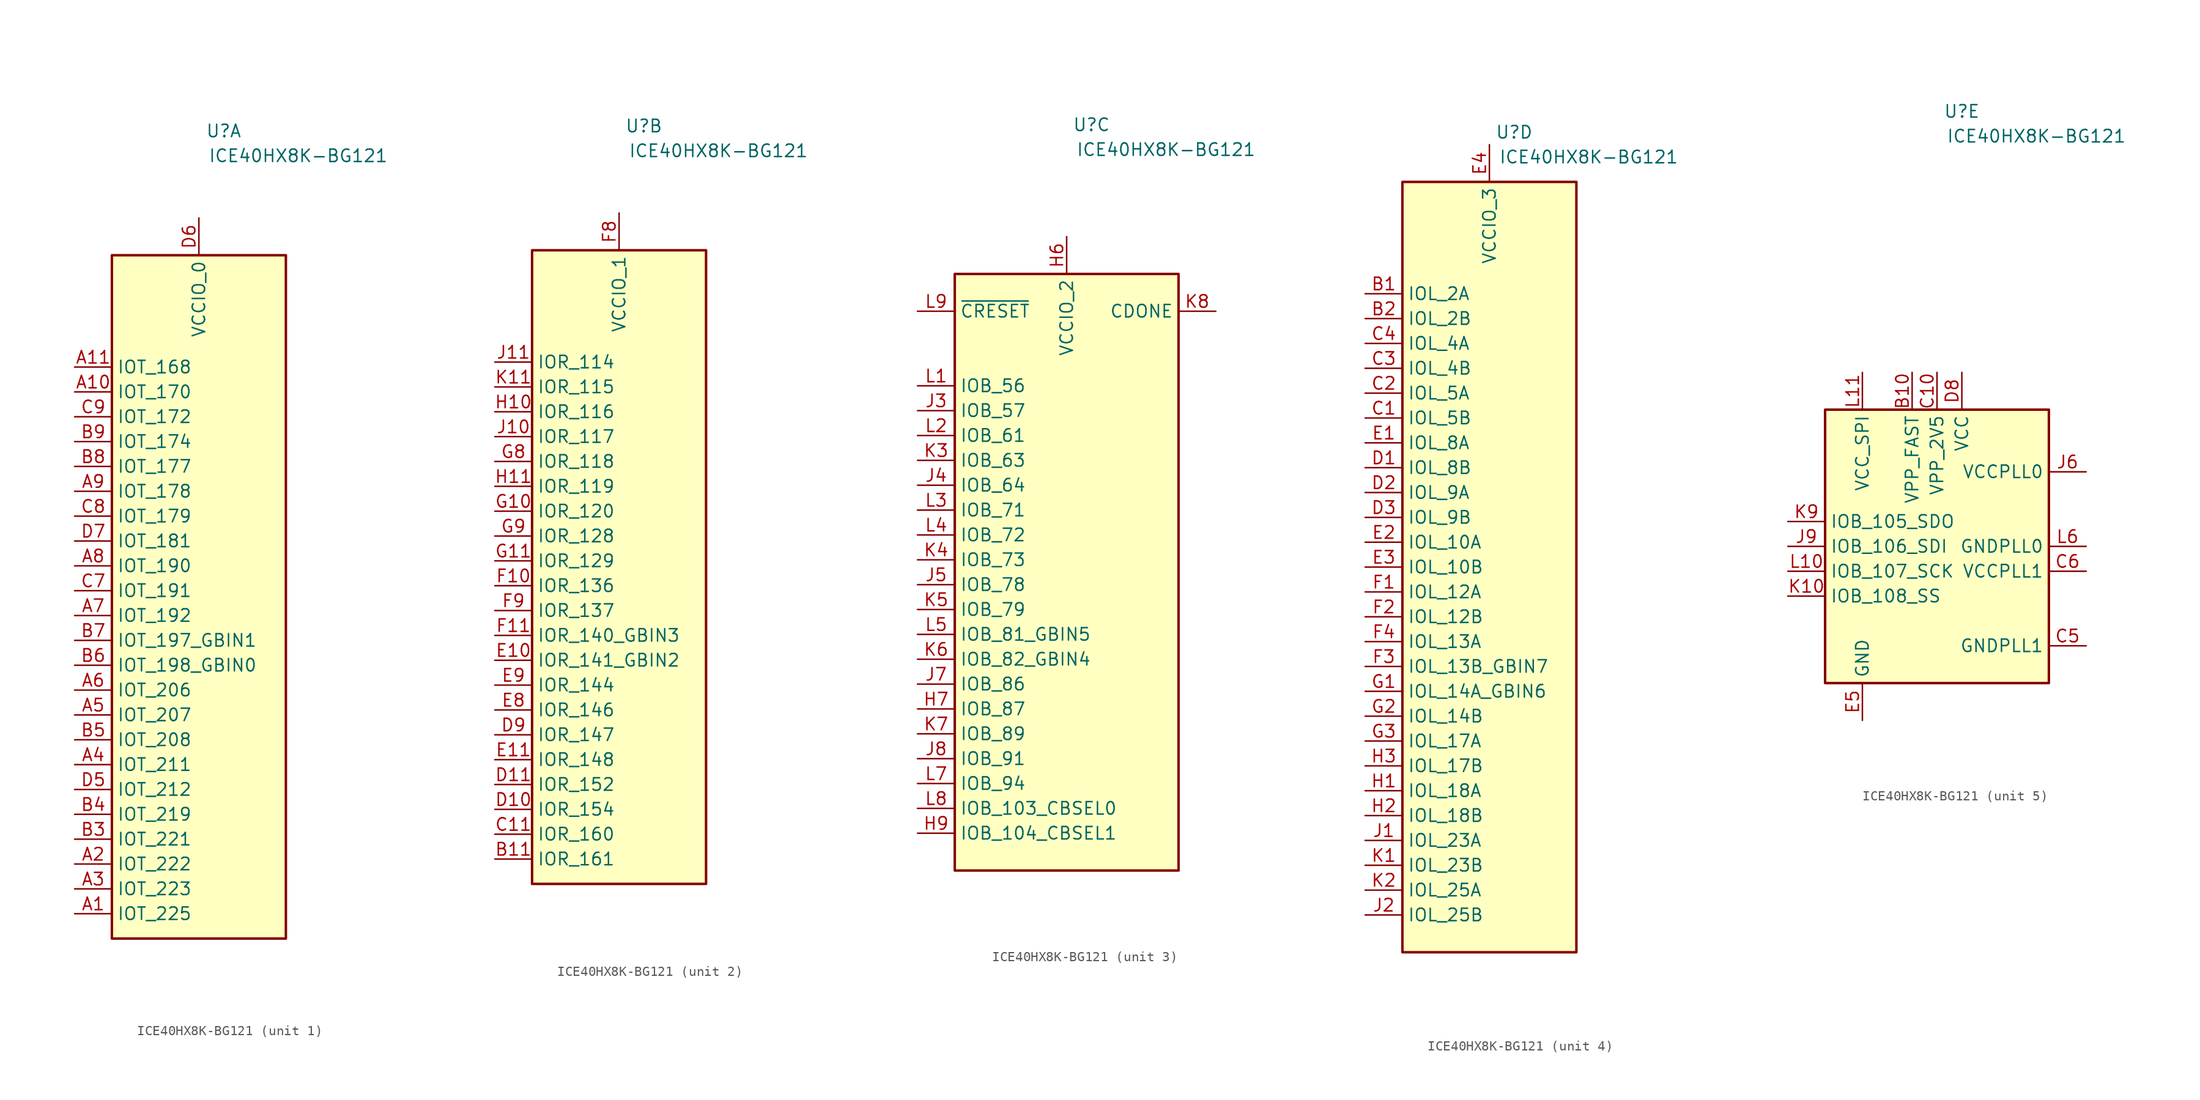
<source format=kicad_sym>
(kicad_symbol_lib
  (version 20201005)
  (generator kicad_symbol_editor)
  (symbol "FPGA_Lattice:ICE40HX8K-BG121"
    (property "Reference" "U"
      (at 2.54 44.45 0)
      (effects (font (size 1.27 1.27))))
    (property "Value" "ICE40HX8K-BG121"
      (at 10.16 41.91 0)
      (effects (font (size 1.27 1.27))))
    (property "ki_locked" ""
      (at 0 0 0)
      (effects (font (size 1.27 1.27))))
    (symbol "ICE40HX8K-BG121_1_1"
      (rectangle (start -8.89 31.75) (end 8.89 -38.1) (stroke (width 0.254)) (fill (type background)))
      (pin bidirectional line (at -12.7 -35.56 0) (length 3.81) (name "IOT_225" (effects (font (size 1.27 1.27)))) (number "A1" (effects (font (size 1.27 1.27)))))
      (pin bidirectional line (at -12.7 17.78 0) (length 3.81) (name "IOT_170" (effects (font (size 1.27 1.27)))) (number "A10" (effects (font (size 1.27 1.27)))))
      (pin bidirectional line (at -12.7 20.32 0) (length 3.81) (name "IOT_168" (effects (font (size 1.27 1.27)))) (number "A11" (effects (font (size 1.27 1.27)))))
      (pin bidirectional line (at -12.7 -30.48 0) (length 3.81) (name "IOT_222" (effects (font (size 1.27 1.27)))) (number "A2" (effects (font (size 1.27 1.27)))))
      (pin bidirectional line (at -12.7 -33.02 0) (length 3.81) (name "IOT_223" (effects (font (size 1.27 1.27)))) (number "A3" (effects (font (size 1.27 1.27)))))
      (pin bidirectional line (at -12.7 -20.32 0) (length 3.81) (name "IOT_211" (effects (font (size 1.27 1.27)))) (number "A4" (effects (font (size 1.27 1.27)))))
      (pin bidirectional line (at -12.7 -15.24 0) (length 3.81) (name "IOT_207" (effects (font (size 1.27 1.27)))) (number "A5" (effects (font (size 1.27 1.27)))))
      (pin bidirectional line (at -12.7 -12.7 0) (length 3.81) (name "IOT_206" (effects (font (size 1.27 1.27)))) (number "A6" (effects (font (size 1.27 1.27)))))
      (pin bidirectional line (at -12.7 -5.08 0) (length 3.81) (name "IOT_192" (effects (font (size 1.27 1.27)))) (number "A7" (effects (font (size 1.27 1.27)))))
      (pin bidirectional line (at -12.7 0 0) (length 3.81) (name "IOT_190" (effects (font (size 1.27 1.27)))) (number "A8" (effects (font (size 1.27 1.27)))))
      (pin bidirectional line (at -12.7 7.62 0) (length 3.81) (name "IOT_178" (effects (font (size 1.27 1.27)))) (number "A9" (effects (font (size 1.27 1.27)))))
      (pin bidirectional line (at -12.7 -27.94 0) (length 3.81) (name "IOT_221" (effects (font (size 1.27 1.27)))) (number "B3" (effects (font (size 1.27 1.27)))))
      (pin bidirectional line (at -12.7 -25.4 0) (length 3.81) (name "IOT_219" (effects (font (size 1.27 1.27)))) (number "B4" (effects (font (size 1.27 1.27)))))
      (pin bidirectional line (at -12.7 -17.78 0) (length 3.81) (name "IOT_208" (effects (font (size 1.27 1.27)))) (number "B5" (effects (font (size 1.27 1.27)))))
      (pin bidirectional line (at -12.7 -10.16 0) (length 3.81) (name "IOT_198_GBIN0" (effects (font (size 1.27 1.27)))) (number "B6" (effects (font (size 1.27 1.27)))))
      (pin bidirectional line (at -12.7 -7.62 0) (length 3.81) (name "IOT_197_GBIN1" (effects (font (size 1.27 1.27)))) (number "B7" (effects (font (size 1.27 1.27)))))
      (pin bidirectional line (at -12.7 10.16 0) (length 3.81) (name "IOT_177" (effects (font (size 1.27 1.27)))) (number "B8" (effects (font (size 1.27 1.27)))))
      (pin bidirectional line (at -12.7 12.7 0) (length 3.81) (name "IOT_174" (effects (font (size 1.27 1.27)))) (number "B9" (effects (font (size 1.27 1.27)))))
      (pin bidirectional line (at -12.7 -2.54 0) (length 3.81) (name "IOT_191" (effects (font (size 1.27 1.27)))) (number "C7" (effects (font (size 1.27 1.27)))))
      (pin bidirectional line (at -12.7 5.08 0) (length 3.81) (name "IOT_179" (effects (font (size 1.27 1.27)))) (number "C8" (effects (font (size 1.27 1.27)))))
      (pin bidirectional line (at -12.7 15.24 0) (length 3.81) (name "IOT_172" (effects (font (size 1.27 1.27)))) (number "C9" (effects (font (size 1.27 1.27)))))
      (pin bidirectional line (at -12.7 -22.86 0) (length 3.81) (name "IOT_212" (effects (font (size 1.27 1.27)))) (number "D5" (effects (font (size 1.27 1.27)))))
      (pin power_in line (at 0 35.56 270) (length 3.81) (name "VCCIO_0" (effects (font (size 1.27 1.27)))) (number "D6" (effects (font (size 1.27 1.27)))))
      (pin bidirectional line (at -12.7 2.54 0) (length 3.81) (name "IOT_181" (effects (font (size 1.27 1.27)))) (number "D7" (effects (font (size 1.27 1.27))))))
    (symbol "ICE40HX8K-BG121_2_1"
      (rectangle (start -8.89 31.75) (end 8.89 -33.02) (stroke (width 0.254)) (fill (type background)))
      (pin bidirectional line (at -12.7 -30.48 0) (length 3.81) (name "IOR_161" (effects (font (size 1.27 1.27)))) (number "B11" (effects (font (size 1.27 1.27)))))
      (pin bidirectional line (at -12.7 -27.94 0) (length 3.81) (name "IOR_160" (effects (font (size 1.27 1.27)))) (number "C11" (effects (font (size 1.27 1.27)))))
      (pin bidirectional line (at -12.7 -25.4 0) (length 3.81) (name "IOR_154" (effects (font (size 1.27 1.27)))) (number "D10" (effects (font (size 1.27 1.27)))))
      (pin bidirectional line (at -12.7 -22.86 0) (length 3.81) (name "IOR_152" (effects (font (size 1.27 1.27)))) (number "D11" (effects (font (size 1.27 1.27)))))
      (pin bidirectional line (at -12.7 -17.78 0) (length 3.81) (name "IOR_147" (effects (font (size 1.27 1.27)))) (number "D9" (effects (font (size 1.27 1.27)))))
      (pin bidirectional line (at -12.7 -10.16 0) (length 3.81) (name "IOR_141_GBIN2" (effects (font (size 1.27 1.27)))) (number "E10" (effects (font (size 1.27 1.27)))))
      (pin bidirectional line (at -12.7 -20.32 0) (length 3.81) (name "IOR_148" (effects (font (size 1.27 1.27)))) (number "E11" (effects (font (size 1.27 1.27)))))
      (pin bidirectional line (at -12.7 -15.24 0) (length 3.81) (name "IOR_146" (effects (font (size 1.27 1.27)))) (number "E8" (effects (font (size 1.27 1.27)))))
      (pin bidirectional line (at -12.7 -12.7 0) (length 3.81) (name "IOR_144" (effects (font (size 1.27 1.27)))) (number "E9" (effects (font (size 1.27 1.27)))))
      (pin bidirectional line (at -12.7 -2.54 0) (length 3.81) (name "IOR_136" (effects (font (size 1.27 1.27)))) (number "F10" (effects (font (size 1.27 1.27)))))
      (pin bidirectional line (at -12.7 -7.62 0) (length 3.81) (name "IOR_140_GBIN3" (effects (font (size 1.27 1.27)))) (number "F11" (effects (font (size 1.27 1.27)))))
      (pin power_in line (at 0 35.56 270) (length 3.81) (name "VCCIO_1" (effects (font (size 1.27 1.27)))) (number "F8" (effects (font (size 1.27 1.27)))))
      (pin bidirectional line (at -12.7 -5.08 0) (length 3.81) (name "IOR_137" (effects (font (size 1.27 1.27)))) (number "F9" (effects (font (size 1.27 1.27)))))
      (pin bidirectional line (at -12.7 5.08 0) (length 3.81) (name "IOR_120" (effects (font (size 1.27 1.27)))) (number "G10" (effects (font (size 1.27 1.27)))))
      (pin bidirectional line (at -12.7 0 0) (length 3.81) (name "IOR_129" (effects (font (size 1.27 1.27)))) (number "G11" (effects (font (size 1.27 1.27)))))
      (pin bidirectional line (at -12.7 10.16 0) (length 3.81) (name "IOR_118" (effects (font (size 1.27 1.27)))) (number "G8" (effects (font (size 1.27 1.27)))))
      (pin bidirectional line (at -12.7 2.54 0) (length 3.81) (name "IOR_128" (effects (font (size 1.27 1.27)))) (number "G9" (effects (font (size 1.27 1.27)))))
      (pin bidirectional line (at -12.7 15.24 0) (length 3.81) (name "IOR_116" (effects (font (size 1.27 1.27)))) (number "H10" (effects (font (size 1.27 1.27)))))
      (pin bidirectional line (at -12.7 7.62 0) (length 3.81) (name "IOR_119" (effects (font (size 1.27 1.27)))) (number "H11" (effects (font (size 1.27 1.27)))))
      (pin bidirectional line (at -12.7 12.7 0) (length 3.81) (name "IOR_117" (effects (font (size 1.27 1.27)))) (number "J10" (effects (font (size 1.27 1.27)))))
      (pin bidirectional line (at -12.7 20.32 0) (length 3.81) (name "IOR_114" (effects (font (size 1.27 1.27)))) (number "J11" (effects (font (size 1.27 1.27)))))
      (pin bidirectional line (at -12.7 17.78 0) (length 3.81) (name "IOR_115" (effects (font (size 1.27 1.27)))) (number "K11" (effects (font (size 1.27 1.27))))))
    (symbol "ICE40HX8K-BG121_3_1"
      (rectangle (start -11.43 29.21) (end 11.43 -31.75) (stroke (width 0.254)) (fill (type background)))
      (pin power_in line (at 0 33.02 270) (length 3.81) (name "VCCIO_2" (effects (font (size 1.27 1.27)))) (number "H6" (effects (font (size 1.27 1.27)))))
      (pin bidirectional line (at -15.24 -15.24 0) (length 3.81) (name "IOB_87" (effects (font (size 1.27 1.27)))) (number "H7" (effects (font (size 1.27 1.27)))))
      (pin bidirectional line (at -15.24 -27.94 0) (length 3.81) (name "IOB_104_CBSEL1" (effects (font (size 1.27 1.27)))) (number "H9" (effects (font (size 1.27 1.27)))))
      (pin bidirectional line (at -15.24 15.24 0) (length 3.81) (name "IOB_57" (effects (font (size 1.27 1.27)))) (number "J3" (effects (font (size 1.27 1.27)))))
      (pin bidirectional line (at -15.24 7.62 0) (length 3.81) (name "IOB_64" (effects (font (size 1.27 1.27)))) (number "J4" (effects (font (size 1.27 1.27)))))
      (pin bidirectional line (at -15.24 -2.54 0) (length 3.81) (name "IOB_78" (effects (font (size 1.27 1.27)))) (number "J5" (effects (font (size 1.27 1.27)))))
      (pin bidirectional line (at -15.24 -12.7 0) (length 3.81) (name "IOB_86" (effects (font (size 1.27 1.27)))) (number "J7" (effects (font (size 1.27 1.27)))))
      (pin bidirectional line (at -15.24 -20.32 0) (length 3.81) (name "IOB_91" (effects (font (size 1.27 1.27)))) (number "J8" (effects (font (size 1.27 1.27)))))
      (pin bidirectional line (at -15.24 10.16 0) (length 3.81) (name "IOB_63" (effects (font (size 1.27 1.27)))) (number "K3" (effects (font (size 1.27 1.27)))))
      (pin bidirectional line (at -15.24 0 0) (length 3.81) (name "IOB_73" (effects (font (size 1.27 1.27)))) (number "K4" (effects (font (size 1.27 1.27)))))
      (pin bidirectional line (at -15.24 -5.08 0) (length 3.81) (name "IOB_79" (effects (font (size 1.27 1.27)))) (number "K5" (effects (font (size 1.27 1.27)))))
      (pin bidirectional line (at -15.24 -10.16 0) (length 3.81) (name "IOB_82_GBIN4" (effects (font (size 1.27 1.27)))) (number "K6" (effects (font (size 1.27 1.27)))))
      (pin bidirectional line (at -15.24 -17.78 0) (length 3.81) (name "IOB_89" (effects (font (size 1.27 1.27)))) (number "K7" (effects (font (size 1.27 1.27)))))
      (pin open_collector line (at 15.24 25.4 180) (length 3.81) (name "CDONE" (effects (font (size 1.27 1.27)))) (number "K8" (effects (font (size 1.27 1.27)))))
      (pin bidirectional line (at -15.24 17.78 0) (length 3.81) (name "IOB_56" (effects (font (size 1.27 1.27)))) (number "L1" (effects (font (size 1.27 1.27)))))
      (pin bidirectional line (at -15.24 12.7 0) (length 3.81) (name "IOB_61" (effects (font (size 1.27 1.27)))) (number "L2" (effects (font (size 1.27 1.27)))))
      (pin bidirectional line (at -15.24 5.08 0) (length 3.81) (name "IOB_71" (effects (font (size 1.27 1.27)))) (number "L3" (effects (font (size 1.27 1.27)))))
      (pin bidirectional line (at -15.24 2.54 0) (length 3.81) (name "IOB_72" (effects (font (size 1.27 1.27)))) (number "L4" (effects (font (size 1.27 1.27)))))
      (pin bidirectional line (at -15.24 -7.62 0) (length 3.81) (name "IOB_81_GBIN5" (effects (font (size 1.27 1.27)))) (number "L5" (effects (font (size 1.27 1.27)))))
      (pin bidirectional line (at -15.24 -22.86 0) (length 3.81) (name "IOB_94" (effects (font (size 1.27 1.27)))) (number "L7" (effects (font (size 1.27 1.27)))))
      (pin bidirectional line (at -15.24 -25.4 0) (length 3.81) (name "IOB_103_CBSEL0" (effects (font (size 1.27 1.27)))) (number "L8" (effects (font (size 1.27 1.27)))))
      (pin input line (at -15.24 25.4 0) (length 3.81) (name "~CRESET" (effects (font (size 1.27 1.27)))) (number "L9" (effects (font (size 1.27 1.27))))))
    (symbol "ICE40HX8K-BG121_4_1"
      (rectangle (start -8.89 39.37) (end 8.89 -39.37) (stroke (width 0.254)) (fill (type background)))
      (pin bidirectional line (at -12.7 27.94 0) (length 3.81) (name "IOL_2A" (effects (font (size 1.27 1.27)))) (number "B1" (effects (font (size 1.27 1.27)))))
      (pin bidirectional line (at -12.7 25.4 0) (length 3.81) (name "IOL_2B" (effects (font (size 1.27 1.27)))) (number "B2" (effects (font (size 1.27 1.27)))))
      (pin bidirectional line (at -12.7 15.24 0) (length 3.81) (name "IOL_5B" (effects (font (size 1.27 1.27)))) (number "C1" (effects (font (size 1.27 1.27)))))
      (pin bidirectional line (at -12.7 17.78 0) (length 3.81) (name "IOL_5A" (effects (font (size 1.27 1.27)))) (number "C2" (effects (font (size 1.27 1.27)))))
      (pin bidirectional line (at -12.7 20.32 0) (length 3.81) (name "IOL_4B" (effects (font (size 1.27 1.27)))) (number "C3" (effects (font (size 1.27 1.27)))))
      (pin bidirectional line (at -12.7 22.86 0) (length 3.81) (name "IOL_4A" (effects (font (size 1.27 1.27)))) (number "C4" (effects (font (size 1.27 1.27)))))
      (pin bidirectional line (at -12.7 10.16 0) (length 3.81) (name "IOL_8B" (effects (font (size 1.27 1.27)))) (number "D1" (effects (font (size 1.27 1.27)))))
      (pin bidirectional line (at -12.7 7.62 0) (length 3.81) (name "IOL_9A" (effects (font (size 1.27 1.27)))) (number "D2" (effects (font (size 1.27 1.27)))))
      (pin bidirectional line (at -12.7 5.08 0) (length 3.81) (name "IOL_9B" (effects (font (size 1.27 1.27)))) (number "D3" (effects (font (size 1.27 1.27)))))
      (pin bidirectional line (at -12.7 12.7 0) (length 3.81) (name "IOL_8A" (effects (font (size 1.27 1.27)))) (number "E1" (effects (font (size 1.27 1.27)))))
      (pin bidirectional line (at -12.7 2.54 0) (length 3.81) (name "IOL_10A" (effects (font (size 1.27 1.27)))) (number "E2" (effects (font (size 1.27 1.27)))))
      (pin bidirectional line (at -12.7 0 0) (length 3.81) (name "IOL_10B" (effects (font (size 1.27 1.27)))) (number "E3" (effects (font (size 1.27 1.27)))))
      (pin power_in line (at 0 43.18 270) (length 3.81) (name "VCCIO_3" (effects (font (size 1.27 1.27)))) (number "E4" (effects (font (size 1.27 1.27)))))
      (pin bidirectional line (at -12.7 -2.54 0) (length 3.81) (name "IOL_12A" (effects (font (size 1.27 1.27)))) (number "F1" (effects (font (size 1.27 1.27)))))
      (pin bidirectional line (at -12.7 -5.08 0) (length 3.81) (name "IOL_12B" (effects (font (size 1.27 1.27)))) (number "F2" (effects (font (size 1.27 1.27)))))
      (pin bidirectional line (at -12.7 -10.16 0) (length 3.81) (name "IOL_13B_GBIN7" (effects (font (size 1.27 1.27)))) (number "F3" (effects (font (size 1.27 1.27)))))
      (pin bidirectional line (at -12.7 -7.62 0) (length 3.81) (name "IOL_13A" (effects (font (size 1.27 1.27)))) (number "F4" (effects (font (size 1.27 1.27)))))
      (pin bidirectional line (at -12.7 -12.7 0) (length 3.81) (name "IOL_14A_GBIN6" (effects (font (size 1.27 1.27)))) (number "G1" (effects (font (size 1.27 1.27)))))
      (pin bidirectional line (at -12.7 -15.24 0) (length 3.81) (name "IOL_14B" (effects (font (size 1.27 1.27)))) (number "G2" (effects (font (size 1.27 1.27)))))
      (pin bidirectional line (at -12.7 -17.78 0) (length 3.81) (name "IOL_17A" (effects (font (size 1.27 1.27)))) (number "G3" (effects (font (size 1.27 1.27)))))
      (pin passive line (at 0 43.18 270) (length 3.81) hide (name "VCCIO_3" (effects (font (size 1.27 1.27)))) (number "G4" (effects (font (size 1.27 1.27)))))
      (pin bidirectional line (at -12.7 -22.86 0) (length 3.81) (name "IOL_18A" (effects (font (size 1.27 1.27)))) (number "H1" (effects (font (size 1.27 1.27)))))
      (pin bidirectional line (at -12.7 -25.4 0) (length 3.81) (name "IOL_18B" (effects (font (size 1.27 1.27)))) (number "H2" (effects (font (size 1.27 1.27)))))
      (pin bidirectional line (at -12.7 -20.32 0) (length 3.81) (name "IOL_17B" (effects (font (size 1.27 1.27)))) (number "H3" (effects (font (size 1.27 1.27)))))
      (pin bidirectional line (at -12.7 -27.94 0) (length 3.81) (name "IOL_23A" (effects (font (size 1.27 1.27)))) (number "J1" (effects (font (size 1.27 1.27)))))
      (pin bidirectional line (at -12.7 -35.56 0) (length 3.81) (name "IOL_25B" (effects (font (size 1.27 1.27)))) (number "J2" (effects (font (size 1.27 1.27)))))
      (pin bidirectional line (at -12.7 -30.48 0) (length 3.81) (name "IOL_23B" (effects (font (size 1.27 1.27)))) (number "K1" (effects (font (size 1.27 1.27)))))
      (pin bidirectional line (at -12.7 -33.02 0) (length 3.81) (name "IOL_25A" (effects (font (size 1.27 1.27)))) (number "K2" (effects (font (size 1.27 1.27))))))
    (symbol "ICE40HX8K-BG121_5_1"
      (rectangle (start -11.43 13.97) (end 11.43 -13.97) (stroke (width 0.254)) (fill (type background)))
      (pin power_in line (at -2.54 17.78 270) (length 3.81) (name "VPP_FAST" (effects (font (size 1.27 1.27)))) (number "B10" (effects (font (size 1.27 1.27)))))
      (pin power_in line (at 0 17.78 270) (length 3.81) (name "VPP_2V5" (effects (font (size 1.27 1.27)))) (number "C10" (effects (font (size 1.27 1.27)))))
      (pin power_in line (at 15.24 -10.16 180) (length 3.81) (name "GNDPLL1" (effects (font (size 1.27 1.27)))) (number "C5" (effects (font (size 1.27 1.27)))))
      (pin power_in line (at 15.24 -2.54 180) (length 3.81) (name "VCCPLL1" (effects (font (size 1.27 1.27)))) (number "C6" (effects (font (size 1.27 1.27)))))
      (pin passive line (at 2.54 17.78 270) (length 3.81) hide (name "VCC" (effects (font (size 1.27 1.27)))) (number "D4" (effects (font (size 1.27 1.27)))))
      (pin power_in line (at 2.54 17.78 270) (length 3.81) (name "VCC" (effects (font (size 1.27 1.27)))) (number "D8" (effects (font (size 1.27 1.27)))))
      (pin power_in line (at -7.62 -17.78 90) (length 3.81) (name "GND" (effects (font (size 1.27 1.27)))) (number "E5" (effects (font (size 1.27 1.27)))))
      (pin passive line (at -7.62 -17.78 90) (length 3.81) hide (name "GND" (effects (font (size 1.27 1.27)))) (number "E6" (effects (font (size 1.27 1.27)))))
      (pin passive line (at -7.62 -17.78 90) (length 3.81) hide (name "GND" (effects (font (size 1.27 1.27)))) (number "E7" (effects (font (size 1.27 1.27)))))
      (pin passive line (at -7.62 -17.78 90) (length 3.81) hide (name "GND" (effects (font (size 1.27 1.27)))) (number "F5" (effects (font (size 1.27 1.27)))))
      (pin passive line (at -7.62 -17.78 90) (length 3.81) hide (name "GND" (effects (font (size 1.27 1.27)))) (number "F6" (effects (font (size 1.27 1.27)))))
      (pin passive line (at -7.62 -17.78 90) (length 3.81) hide (name "GND" (effects (font (size 1.27 1.27)))) (number "F7" (effects (font (size 1.27 1.27)))))
      (pin passive line (at -7.62 -17.78 90) (length 3.81) hide (name "GND" (effects (font (size 1.27 1.27)))) (number "G5" (effects (font (size 1.27 1.27)))))
      (pin passive line (at -7.62 -17.78 90) (length 3.81) hide (name "GND" (effects (font (size 1.27 1.27)))) (number "G6" (effects (font (size 1.27 1.27)))))
      (pin passive line (at -7.62 -17.78 90) (length 3.81) hide (name "GND" (effects (font (size 1.27 1.27)))) (number "G7" (effects (font (size 1.27 1.27)))))
      (pin passive line (at 2.54 17.78 270) (length 3.81) hide (name "VCC" (effects (font (size 1.27 1.27)))) (number "H4" (effects (font (size 1.27 1.27)))))
      (pin passive line (at -7.62 -17.78 90) (length 3.81) hide (name "GND" (effects (font (size 1.27 1.27)))) (number "H5" (effects (font (size 1.27 1.27)))))
      (pin passive line (at 2.54 17.78 270) (length 3.81) hide (name "VCC" (effects (font (size 1.27 1.27)))) (number "H8" (effects (font (size 1.27 1.27)))))
      (pin power_in line (at 15.24 7.62 180) (length 3.81) (name "VCCPLL0" (effects (font (size 1.27 1.27)))) (number "J6" (effects (font (size 1.27 1.27)))))
      (pin bidirectional line (at -15.24 0 0) (length 3.81) (name "IOB_106_SDI" (effects (font (size 1.27 1.27)))) (number "J9" (effects (font (size 1.27 1.27)))))
      (pin bidirectional line (at -15.24 -5.08 0) (length 3.81) (name "IOB_108_SS" (effects (font (size 1.27 1.27)))) (number "K10" (effects (font (size 1.27 1.27)))))
      (pin bidirectional line (at -15.24 2.54 0) (length 3.81) (name "IOB_105_SDO" (effects (font (size 1.27 1.27)))) (number "K9" (effects (font (size 1.27 1.27)))))
      (pin bidirectional line (at -15.24 -2.54 0) (length 3.81) (name "IOB_107_SCK" (effects (font (size 1.27 1.27)))) (number "L10" (effects (font (size 1.27 1.27)))))
      (pin power_in line (at -7.62 17.78 270) (length 3.81) (name "VCC_SPI" (effects (font (size 1.27 1.27)))) (number "L11" (effects (font (size 1.27 1.27)))))
      (pin power_in line (at 15.24 0 180) (length 3.81) (name "GNDPLL0" (effects (font (size 1.27 1.27)))) (number "L6" (effects (font (size 1.27 1.27))))))))
</source>
